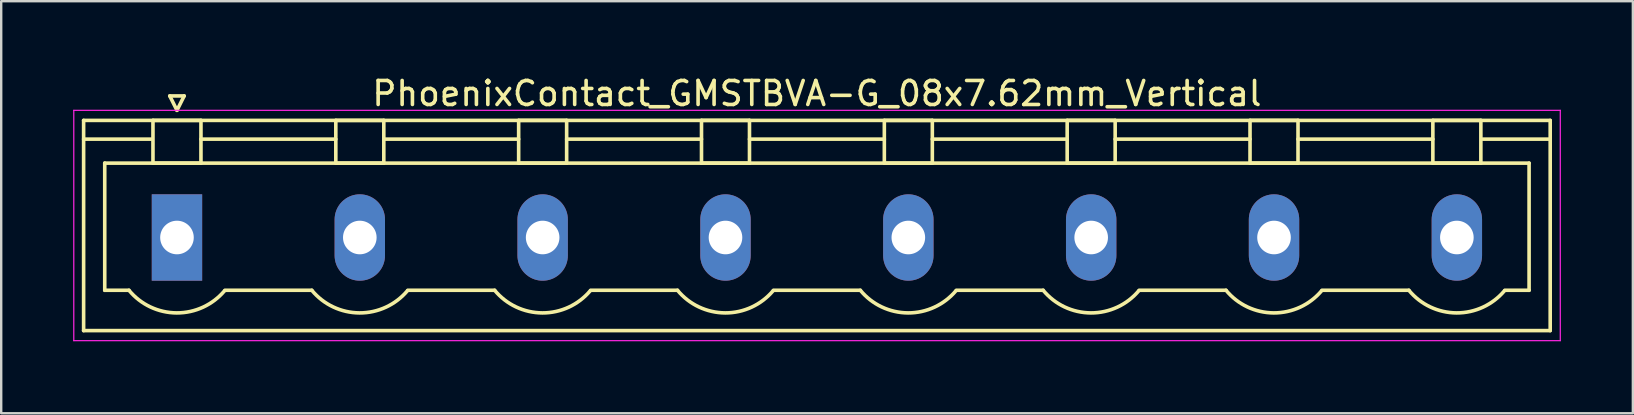
<source format=kicad_pcb>
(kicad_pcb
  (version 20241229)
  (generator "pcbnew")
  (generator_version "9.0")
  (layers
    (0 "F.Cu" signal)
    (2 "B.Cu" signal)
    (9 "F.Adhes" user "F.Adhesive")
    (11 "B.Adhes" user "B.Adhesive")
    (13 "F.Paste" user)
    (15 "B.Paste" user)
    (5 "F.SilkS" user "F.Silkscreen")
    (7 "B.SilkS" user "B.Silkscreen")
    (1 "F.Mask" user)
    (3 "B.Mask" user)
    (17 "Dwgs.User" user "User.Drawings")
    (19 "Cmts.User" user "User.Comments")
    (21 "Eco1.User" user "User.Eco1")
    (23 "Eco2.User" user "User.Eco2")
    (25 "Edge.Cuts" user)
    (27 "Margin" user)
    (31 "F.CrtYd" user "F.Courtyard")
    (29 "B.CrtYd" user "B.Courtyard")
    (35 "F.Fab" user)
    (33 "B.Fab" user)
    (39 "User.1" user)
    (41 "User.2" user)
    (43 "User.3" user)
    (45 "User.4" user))
  (footprint "PhoenixContact_GMSTBVA-G_08x7.62mm_Vertical"
    (layer "F.Cu")
    (at 4.325 6.848)
    (property "Reference" "PhoenixContact_GMSTBVA-G_08x7.62mm_Vertical" (at 26.67 -6 0) (layer "F.SilkS") (effects (font (size 1 1) (thickness 0.15))))
    (attr through_hole)
    (fp_line (start -3.89 -4.88) (end -3.89 3.88) (stroke (width 0.15) (type solid)) (layer "F.SilkS"))
    (fp_line (start -3.89 -4.1) (end -1.08 -4.1) (stroke (width 0.15) (type solid)) (layer "F.SilkS"))
    (fp_line (start -3.89 3.88) (end 57.23 3.88) (stroke (width 0.15) (type solid)) (layer "F.SilkS"))
    (fp_line (start -3.01 -3.1) (end 56.35 -3.1) (stroke (width 0.15) (type solid)) (layer "F.SilkS"))
    (fp_line (start -3.01 2.2) (end -3.01 -3.1) (stroke (width 0.15) (type solid)) (layer "F.SilkS"))
    (fp_line (start -2 2.2) (end -3.01 2.2) (stroke (width 0.15) (type solid)) (layer "F.SilkS"))
    (fp_line (start -1 -4.88) (end 1 -4.88) (stroke (width 0.15) (type solid)) (layer "F.SilkS"))
    (fp_line (start -1 -3.1) (end -1 -4.88) (stroke (width 0.15) (type solid)) (layer "F.SilkS"))
    (fp_line (start -0.3 -5.9) (end 0 -5.3) (stroke (width 0.15) (type solid)) (layer "F.SilkS"))
    (fp_line (start 0 -5.3) (end 0.3 -5.9) (stroke (width 0.15) (type solid)) (layer "F.SilkS"))
    (fp_line (start 0.3 -5.9) (end -0.3 -5.9) (stroke (width 0.15) (type solid)) (layer "F.SilkS"))
    (fp_line (start 1 -4.88) (end 1 -3.1) (stroke (width 0.15) (type solid)) (layer "F.SilkS"))
    (fp_line (start 1 -4.1) (end 6.62 -4.1) (stroke (width 0.15) (type solid)) (layer "F.SilkS"))
    (fp_line (start 1 -3.1) (end -1 -3.1) (stroke (width 0.15) (type solid)) (layer "F.SilkS"))
    (fp_line (start 2 2.2) (end 5.62 2.2) (stroke (width 0.15) (type solid)) (layer "F.SilkS"))
    (fp_line (start 6.62 -4.88) (end 8.62 -4.88) (stroke (width 0.15) (type solid)) (layer "F.SilkS"))
    (fp_line (start 6.62 -3.1) (end 6.62 -4.88) (stroke (width 0.15) (type solid)) (layer "F.SilkS"))
    (fp_line (start 8.62 -4.88) (end 8.62 -3.1) (stroke (width 0.15) (type solid)) (layer "F.SilkS"))
    (fp_line (start 8.62 -4.1) (end 14.24 -4.1) (stroke (width 0.15) (type solid)) (layer "F.SilkS"))
    (fp_line (start 8.62 -3.1) (end 6.62 -3.1) (stroke (width 0.15) (type solid)) (layer "F.SilkS"))
    (fp_line (start 9.62 2.2) (end 13.24 2.2) (stroke (width 0.15) (type solid)) (layer "F.SilkS"))
    (fp_line (start 14.24 -4.88) (end 16.24 -4.88) (stroke (width 0.15) (type solid)) (layer "F.SilkS"))
    (fp_line (start 14.24 -3.1) (end 14.24 -4.88) (stroke (width 0.15) (type solid)) (layer "F.SilkS"))
    (fp_line (start 16.24 -4.88) (end 16.24 -3.1) (stroke (width 0.15) (type solid)) (layer "F.SilkS"))
    (fp_line (start 16.24 -4.1) (end 21.86 -4.1) (stroke (width 0.15) (type solid)) (layer "F.SilkS"))
    (fp_line (start 16.24 -3.1) (end 14.24 -3.1) (stroke (width 0.15) (type solid)) (layer "F.SilkS"))
    (fp_line (start 17.24 2.2) (end 20.86 2.2) (stroke (width 0.15) (type solid)) (layer "F.SilkS"))
    (fp_line (start 21.86 -4.88) (end 23.86 -4.88) (stroke (width 0.15) (type solid)) (layer "F.SilkS"))
    (fp_line (start 21.86 -3.1) (end 21.86 -4.88) (stroke (width 0.15) (type solid)) (layer "F.SilkS"))
    (fp_line (start 23.86 -4.88) (end 23.86 -3.1) (stroke (width 0.15) (type solid)) (layer "F.SilkS"))
    (fp_line (start 23.86 -4.1) (end 29.48 -4.1) (stroke (width 0.15) (type solid)) (layer "F.SilkS"))
    (fp_line (start 23.86 -3.1) (end 21.86 -3.1) (stroke (width 0.15) (type solid)) (layer "F.SilkS"))
    (fp_line (start 24.86 2.2) (end 28.48 2.2) (stroke (width 0.15) (type solid)) (layer "F.SilkS"))
    (fp_line (start 29.48 -4.88) (end 31.48 -4.88) (stroke (width 0.15) (type solid)) (layer "F.SilkS"))
    (fp_line (start 29.48 -3.1) (end 29.48 -4.88) (stroke (width 0.15) (type solid)) (layer "F.SilkS"))
    (fp_line (start 31.48 -4.88) (end 31.48 -3.1) (stroke (width 0.15) (type solid)) (layer "F.SilkS"))
    (fp_line (start 31.48 -4.1) (end 37.1 -4.1) (stroke (width 0.15) (type solid)) (layer "F.SilkS"))
    (fp_line (start 31.48 -3.1) (end 29.48 -3.1) (stroke (width 0.15) (type solid)) (layer "F.SilkS"))
    (fp_line (start 32.48 2.2) (end 36.1 2.2) (stroke (width 0.15) (type solid)) (layer "F.SilkS"))
    (fp_line (start 37.1 -4.88) (end 39.1 -4.88) (stroke (width 0.15) (type solid)) (layer "F.SilkS"))
    (fp_line (start 37.1 -3.1) (end 37.1 -4.88) (stroke (width 0.15) (type solid)) (layer "F.SilkS"))
    (fp_line (start 39.1 -4.88) (end 39.1 -3.1) (stroke (width 0.15) (type solid)) (layer "F.SilkS"))
    (fp_line (start 39.1 -4.1) (end 44.72 -4.1) (stroke (width 0.15) (type solid)) (layer "F.SilkS"))
    (fp_line (start 39.1 -3.1) (end 37.1 -3.1) (stroke (width 0.15) (type solid)) (layer "F.SilkS"))
    (fp_line (start 40.1 2.2) (end 43.72 2.2) (stroke (width 0.15) (type solid)) (layer "F.SilkS"))
    (fp_line (start 44.72 -4.88) (end 46.72 -4.88) (stroke (width 0.15) (type solid)) (layer "F.SilkS"))
    (fp_line (start 44.72 -3.1) (end 44.72 -4.88) (stroke (width 0.15) (type solid)) (layer "F.SilkS"))
    (fp_line (start 46.72 -4.88) (end 46.72 -3.1) (stroke (width 0.15) (type solid)) (layer "F.SilkS"))
    (fp_line (start 46.72 -4.1) (end 52.34 -4.1) (stroke (width 0.15) (type solid)) (layer "F.SilkS"))
    (fp_line (start 46.72 -3.1) (end 44.72 -3.1) (stroke (width 0.15) (type solid)) (layer "F.SilkS"))
    (fp_line (start 47.72 2.2) (end 51.34 2.2) (stroke (width 0.15) (type solid)) (layer "F.SilkS"))
    (fp_line (start 52.34 -4.88) (end 54.34 -4.88) (stroke (width 0.15) (type solid)) (layer "F.SilkS"))
    (fp_line (start 52.34 -3.1) (end 52.34 -4.88) (stroke (width 0.15) (type solid)) (layer "F.SilkS"))
    (fp_line (start 54.34 -4.88) (end 54.34 -3.1) (stroke (width 0.15) (type solid)) (layer "F.SilkS"))
    (fp_line (start 54.34 -3.1) (end 52.34 -3.1) (stroke (width 0.15) (type solid)) (layer "F.SilkS"))
    (fp_line (start 56.35 -3.1) (end 56.35 2.2) (stroke (width 0.15) (type solid)) (layer "F.SilkS"))
    (fp_line (start 56.35 2.2) (end 55.34 2.2) (stroke (width 0.15) (type solid)) (layer "F.SilkS"))
    (fp_line (start 57.23 -4.88) (end -3.89 -4.88) (stroke (width 0.15) (type solid)) (layer "F.SilkS"))
    (fp_line (start 57.23 -4.1) (end 54.42 -4.1) (stroke (width 0.15) (type solid)) (layer "F.SilkS"))
    (fp_line (start 57.23 3.88) (end 57.23 -4.88) (stroke (width 0.15) (type solid)) (layer "F.SilkS"))
    (fp_arc (start 1.986842 2.215821) (mid -0.010289 3.142758) (end -2 2.2) (stroke (width 0.15) (type solid)) (layer "F.SilkS"))
    (fp_arc (start 9.606842 2.215821) (mid 7.609711 3.142758) (end 5.62 2.2) (stroke (width 0.15) (type solid)) (layer "F.SilkS"))
    (fp_arc (start 17.226842 2.215821) (mid 15.229711 3.142758) (end 13.24 2.2) (stroke (width 0.15) (type solid)) (layer "F.SilkS"))
    (fp_arc (start 24.846842 2.215821) (mid 22.849711 3.142758) (end 20.86 2.2) (stroke (width 0.15) (type solid)) (layer "F.SilkS"))
    (fp_arc (start 32.466842 2.215821) (mid 30.469711 3.142758) (end 28.48 2.2) (stroke (width 0.15) (type solid)) (layer "F.SilkS"))
    (fp_arc (start 40.086842 2.215821) (mid 38.089711 3.142758) (end 36.1 2.2) (stroke (width 0.15) (type solid)) (layer "F.SilkS"))
    (fp_arc (start 47.706842 2.215821) (mid 45.709711 3.142758) (end 43.72 2.2) (stroke (width 0.15) (type solid)) (layer "F.SilkS"))
    (fp_arc (start 55.326842 2.215821) (mid 53.329711 3.142758) (end 51.34 2.2) (stroke (width 0.15) (type solid)) (layer "F.SilkS"))
    (fp_line (start -4.3 -5.3) (end -4.3 4.3) (stroke (width 0.05) (type solid)) (layer "F.CrtYd"))
    (fp_line (start -4.3 4.3) (end 57.65 4.3) (stroke (width 0.05) (type solid)) (layer "F.CrtYd"))
    (fp_line (start 57.65 -5.3) (end -4.3 -5.3) (stroke (width 0.05) (type solid)) (layer "F.CrtYd"))
    (fp_line (start 57.65 4.3) (end 57.65 -5.3) (stroke (width 0.05) (type solid)) (layer "F.CrtYd"))
    (pad "1" thru_hole rect (at 0 0) (size 2.1 3.6) (drill 1.4) (layers "*.Cu" "*.Mask"))
    (pad "2" thru_hole oval (at 7.62 0) (size 2.1 3.6) (drill 1.4) (layers "*.Cu" "*.Mask"))
    (pad "3" thru_hole oval (at 15.24 0) (size 2.1 3.6) (drill 1.4) (layers "*.Cu" "*.Mask"))
    (pad "4" thru_hole oval (at 22.86 0) (size 2.1 3.6) (drill 1.4) (layers "*.Cu" "*.Mask"))
    (pad "5" thru_hole oval (at 30.48 0) (size 2.1 3.6) (drill 1.4) (layers "*.Cu" "*.Mask"))
    (pad "6" thru_hole oval (at 38.1 0) (size 2.1 3.6) (drill 1.4) (layers "*.Cu" "*.Mask"))
    (pad "7" thru_hole oval (at 45.72 0) (size 2.1 3.6) (drill 1.4) (layers "*.Cu" "*.Mask"))
    (pad "8" thru_hole oval (at 53.34 0) (size 2.1 3.6) (drill 1.4) (layers "*.Cu" "*.Mask")))
  (gr_rect
    (start -3 -3)
    (end 65 14.173)
    (stroke (width 0.1) (type default))
    (fill no)
    (layer "Edge.Cuts")))
</source>
